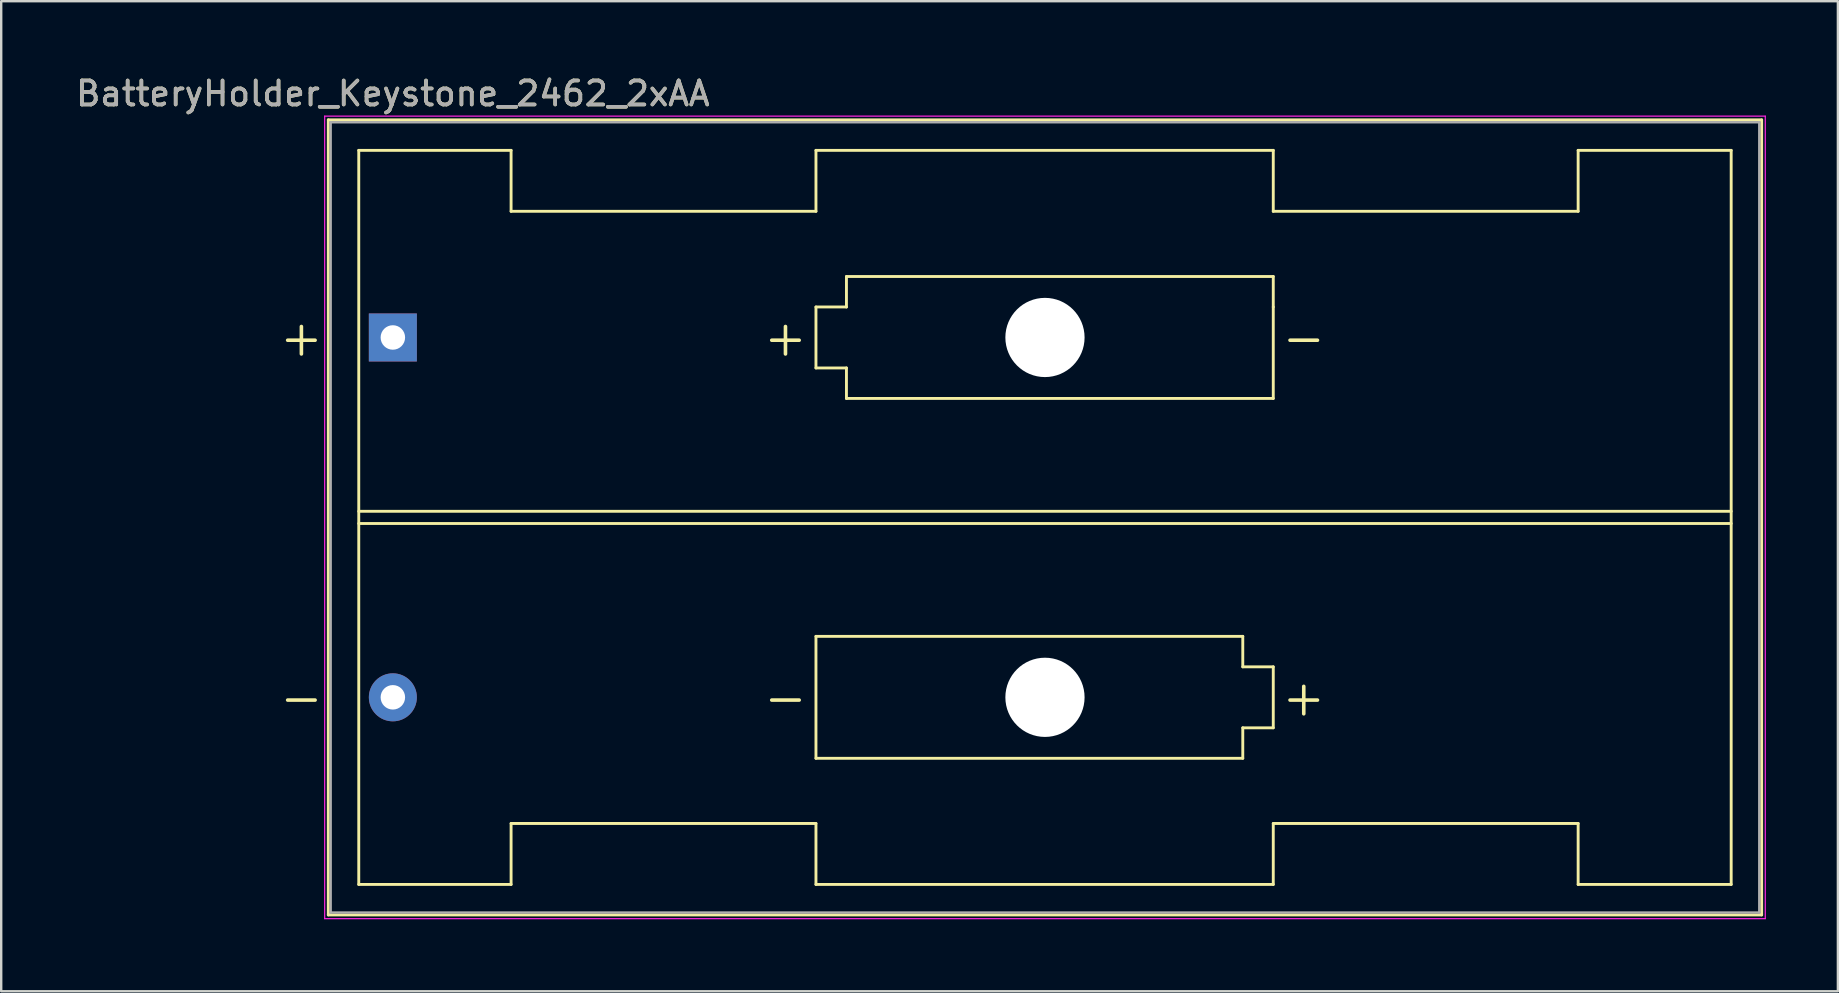
<source format=kicad_pcb>
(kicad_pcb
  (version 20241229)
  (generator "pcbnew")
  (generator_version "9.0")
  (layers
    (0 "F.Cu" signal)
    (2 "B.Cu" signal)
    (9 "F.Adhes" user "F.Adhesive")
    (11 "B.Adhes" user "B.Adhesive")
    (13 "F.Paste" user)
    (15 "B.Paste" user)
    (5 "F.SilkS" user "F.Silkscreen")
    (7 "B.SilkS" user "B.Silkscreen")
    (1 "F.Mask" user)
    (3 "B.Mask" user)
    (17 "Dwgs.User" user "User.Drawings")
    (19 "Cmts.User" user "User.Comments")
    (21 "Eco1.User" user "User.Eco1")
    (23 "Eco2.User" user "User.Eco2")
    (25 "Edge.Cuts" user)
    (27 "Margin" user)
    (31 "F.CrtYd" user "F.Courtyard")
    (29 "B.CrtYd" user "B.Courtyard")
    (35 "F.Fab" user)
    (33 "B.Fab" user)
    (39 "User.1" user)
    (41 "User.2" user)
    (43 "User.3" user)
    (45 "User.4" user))
  (footprint "BatteryHolder_Keystone_2462_2xAA"
    (layer "F.Cu")
    (at 13.315 11.008)
    (property "Reference" "BatteryHolder_Keystone_2462_2xAA" (at 0 -10.16 180) (layer "F.SilkS") (effects (font (size 1 1) (thickness 0.15))))
    (attr through_hole)
    (fp_line (start -2.69 -9.065) (end -2.69 24.055) (stroke (width 0.12) (type solid)) (layer "F.SilkS"))
    (fp_line (start -2.69 24.055) (end 57.02 24.055) (stroke (width 0.12) (type solid)) (layer "F.SilkS"))
    (fp_line (start -1.42 -7.795) (end -1.42 22.785) (stroke (width 0.12) (type solid)) (layer "F.SilkS"))
    (fp_line (start -1.42 7.241) (end 55.75 7.241) (stroke (width 0.12) (type solid)) (layer "F.SilkS"))
    (fp_line (start -1.42 22.785) (end 4.925 22.785) (stroke (width 0.12) (type solid)) (layer "F.SilkS"))
    (fp_line (start 4.925 -7.795) (end -1.42 -7.795) (stroke (width 0.12) (type solid)) (layer "F.SilkS"))
    (fp_line (start 4.925 -5.255) (end 4.925 -7.795) (stroke (width 0.12) (type solid)) (layer "F.SilkS"))
    (fp_line (start 4.925 -5.255) (end 17.625 -5.255) (stroke (width 0.12) (type solid)) (layer "F.SilkS"))
    (fp_line (start 4.925 20.245) (end 17.625 20.245) (stroke (width 0.12) (type solid)) (layer "F.SilkS"))
    (fp_line (start 4.925 22.785) (end 4.925 20.245) (stroke (width 0.12) (type solid)) (layer "F.SilkS"))
    (fp_line (start 17.625 -7.795) (end 17.625 -5.255) (stroke (width 0.12) (type solid)) (layer "F.SilkS"))
    (fp_line (start 17.625 -1.27) (end 18.895 -1.27) (stroke (width 0.12) (type solid)) (layer "F.SilkS"))
    (fp_line (start 17.625 1.27) (end 17.625 -1.27) (stroke (width 0.12) (type solid)) (layer "F.SilkS"))
    (fp_line (start 17.625 12.45) (end 35.405 12.45) (stroke (width 0.12) (type solid)) (layer "F.SilkS"))
    (fp_line (start 17.625 17.53) (end 17.625 12.45) (stroke (width 0.12) (type solid)) (layer "F.SilkS"))
    (fp_line (start 17.625 20.245) (end 17.625 22.785) (stroke (width 0.12) (type solid)) (layer "F.SilkS"))
    (fp_line (start 17.625 22.785) (end 36.675 22.785) (stroke (width 0.12) (type solid)) (layer "F.SilkS"))
    (fp_line (start 18.895 -2.54) (end 36.675 -2.54) (stroke (width 0.12) (type solid)) (layer "F.SilkS"))
    (fp_line (start 18.895 -1.27) (end 18.895 -2.54) (stroke (width 0.12) (type solid)) (layer "F.SilkS"))
    (fp_line (start 18.895 1.27) (end 17.625 1.27) (stroke (width 0.12) (type solid)) (layer "F.SilkS"))
    (fp_line (start 18.895 2.54) (end 18.895 1.27) (stroke (width 0.12) (type solid)) (layer "F.SilkS"))
    (fp_line (start 35.405 12.45) (end 35.405 13.72) (stroke (width 0.12) (type solid)) (layer "F.SilkS"))
    (fp_line (start 35.405 13.72) (end 36.675 13.72) (stroke (width 0.12) (type solid)) (layer "F.SilkS"))
    (fp_line (start 35.405 16.26) (end 35.405 17.53) (stroke (width 0.12) (type solid)) (layer "F.SilkS"))
    (fp_line (start 35.405 17.53) (end 17.625 17.53) (stroke (width 0.12) (type solid)) (layer "F.SilkS"))
    (fp_line (start 36.675 -7.795) (end 17.625 -7.795) (stroke (width 0.12) (type solid)) (layer "F.SilkS"))
    (fp_line (start 36.675 -5.255) (end 36.675 -7.795) (stroke (width 0.12) (type solid)) (layer "F.SilkS"))
    (fp_line (start 36.675 -2.54) (end 36.675 -1.27) (stroke (width 0.12) (type solid)) (layer "F.SilkS"))
    (fp_line (start 36.675 -1.27) (end 36.675 2.54) (stroke (width 0.12) (type solid)) (layer "F.SilkS"))
    (fp_line (start 36.675 2.54) (end 18.895 2.54) (stroke (width 0.12) (type solid)) (layer "F.SilkS"))
    (fp_line (start 36.675 13.72) (end 36.675 16.26) (stroke (width 0.12) (type solid)) (layer "F.SilkS"))
    (fp_line (start 36.675 16.26) (end 35.405 16.26) (stroke (width 0.12) (type solid)) (layer "F.SilkS"))
    (fp_line (start 36.675 22.785) (end 36.675 20.245) (stroke (width 0.12) (type solid)) (layer "F.SilkS"))
    (fp_line (start 49.375 -7.795) (end 49.375 -5.255) (stroke (width 0.12) (type solid)) (layer "F.SilkS"))
    (fp_line (start 49.375 -5.255) (end 36.675 -5.255) (stroke (width 0.12) (type solid)) (layer "F.SilkS"))
    (fp_line (start 49.375 20.245) (end 36.675 20.245) (stroke (width 0.12) (type solid)) (layer "F.SilkS"))
    (fp_line (start 49.375 22.785) (end 49.375 20.245) (stroke (width 0.12) (type solid)) (layer "F.SilkS"))
    (fp_line (start 55.75 -7.795) (end 49.375 -7.795) (stroke (width 0.12) (type solid)) (layer "F.SilkS"))
    (fp_line (start 55.75 -7.795) (end 55.75 22.785) (stroke (width 0.12) (type solid)) (layer "F.SilkS"))
    (fp_line (start 55.75 7.749) (end -1.42 7.749) (stroke (width 0.12) (type solid)) (layer "F.SilkS"))
    (fp_line (start 55.75 22.785) (end 49.375 22.785) (stroke (width 0.12) (type solid)) (layer "F.SilkS"))
    (fp_line (start 57.02 -9.065) (end -2.69 -9.065) (stroke (width 0.12) (type solid)) (layer "F.SilkS"))
    (fp_line (start 57.02 24.055) (end 57.02 -9.065) (stroke (width 0.12) (type solid)) (layer "F.SilkS"))
    (fp_line (start -2.84 -9.22) (end -2.84 24.21) (stroke (width 0.05) (type solid)) (layer "F.CrtYd"))
    (fp_line (start -2.84 24.21) (end 57.17 24.21) (stroke (width 0.05) (type solid)) (layer "F.CrtYd"))
    (fp_line (start 57.17 -9.22) (end -2.84 -9.22) (stroke (width 0.05) (type solid)) (layer "F.CrtYd"))
    (fp_line (start 57.17 24.21) (end 57.17 -9.22) (stroke (width 0.05) (type solid)) (layer "F.CrtYd"))
    (fp_line (start -2.59 -8.965) (end 56.92 -8.965) (stroke (width 0.1) (type solid)) (layer "F.Fab"))
    (fp_line (start -2.59 23.955) (end -2.59 -8.965) (stroke (width 0.1) (type solid)) (layer "F.Fab"))
    (fp_line (start -2.59 23.955) (end 56.92 23.955) (stroke (width 0.1) (type solid)) (layer "F.Fab"))
    (fp_line (start 56.92 23.955) (end 56.92 -8.965) (stroke (width 0.1) (type solid)) (layer "F.Fab"))
    (fp_text user "-" (at -3.81 14.99 0) (layer "F.SilkS") (effects (font (size 1.5 1.5) (thickness 0.15))))
    (fp_text user "+" (at 37.945 14.99 0) (layer "F.SilkS") (effects (font (size 1.5 1.5) (thickness 0.15))))
    (fp_text user "+" (at 16.355 0 0) (layer "F.SilkS") (effects (font (size 1.5 1.5) (thickness 0.15))))
    (fp_text user "-" (at 37.945 0 0) (layer "F.SilkS") (effects (font (size 1.5 1.5) (thickness 0.15))))
    (fp_text user "+" (at -3.81 0 0) (layer "F.SilkS") (effects (font (size 1.5 1.5) (thickness 0.15))))
    (fp_text user "-" (at 16.355 14.99 0) (layer "F.SilkS") (effects (font (size 1.5 1.5) (thickness 0.15))))
    (fp_text user "${REFERENCE}" (at 0 -10.16 0) (layer "F.Fab") (effects (font (size 1 1) (thickness 0.15))))
    (pad "" np_thru_hole circle (at 27.165 0) (size 3.3 3.3) (drill 3.3) (layers "*.Cu" "*.Mask"))
    (pad "" np_thru_hole circle (at 27.165 14.99) (size 3.3 3.3) (drill 3.3) (layers "*.Cu" "*.Mask"))
    (pad "1" thru_hole rect (at 0 0) (size 2 2) (drill 1.02) (layers "*.Cu" "*.Mask"))
    (pad "2" thru_hole circle (at 0 14.99) (size 2 2) (drill 1.02) (layers "*.Cu" "*.Mask")))
  (gr_rect
    (start -3 -3)
    (end 73.51 38.243)
    (stroke (width 0.1) (type default))
    (fill no)
    (layer "Edge.Cuts")))
</source>
